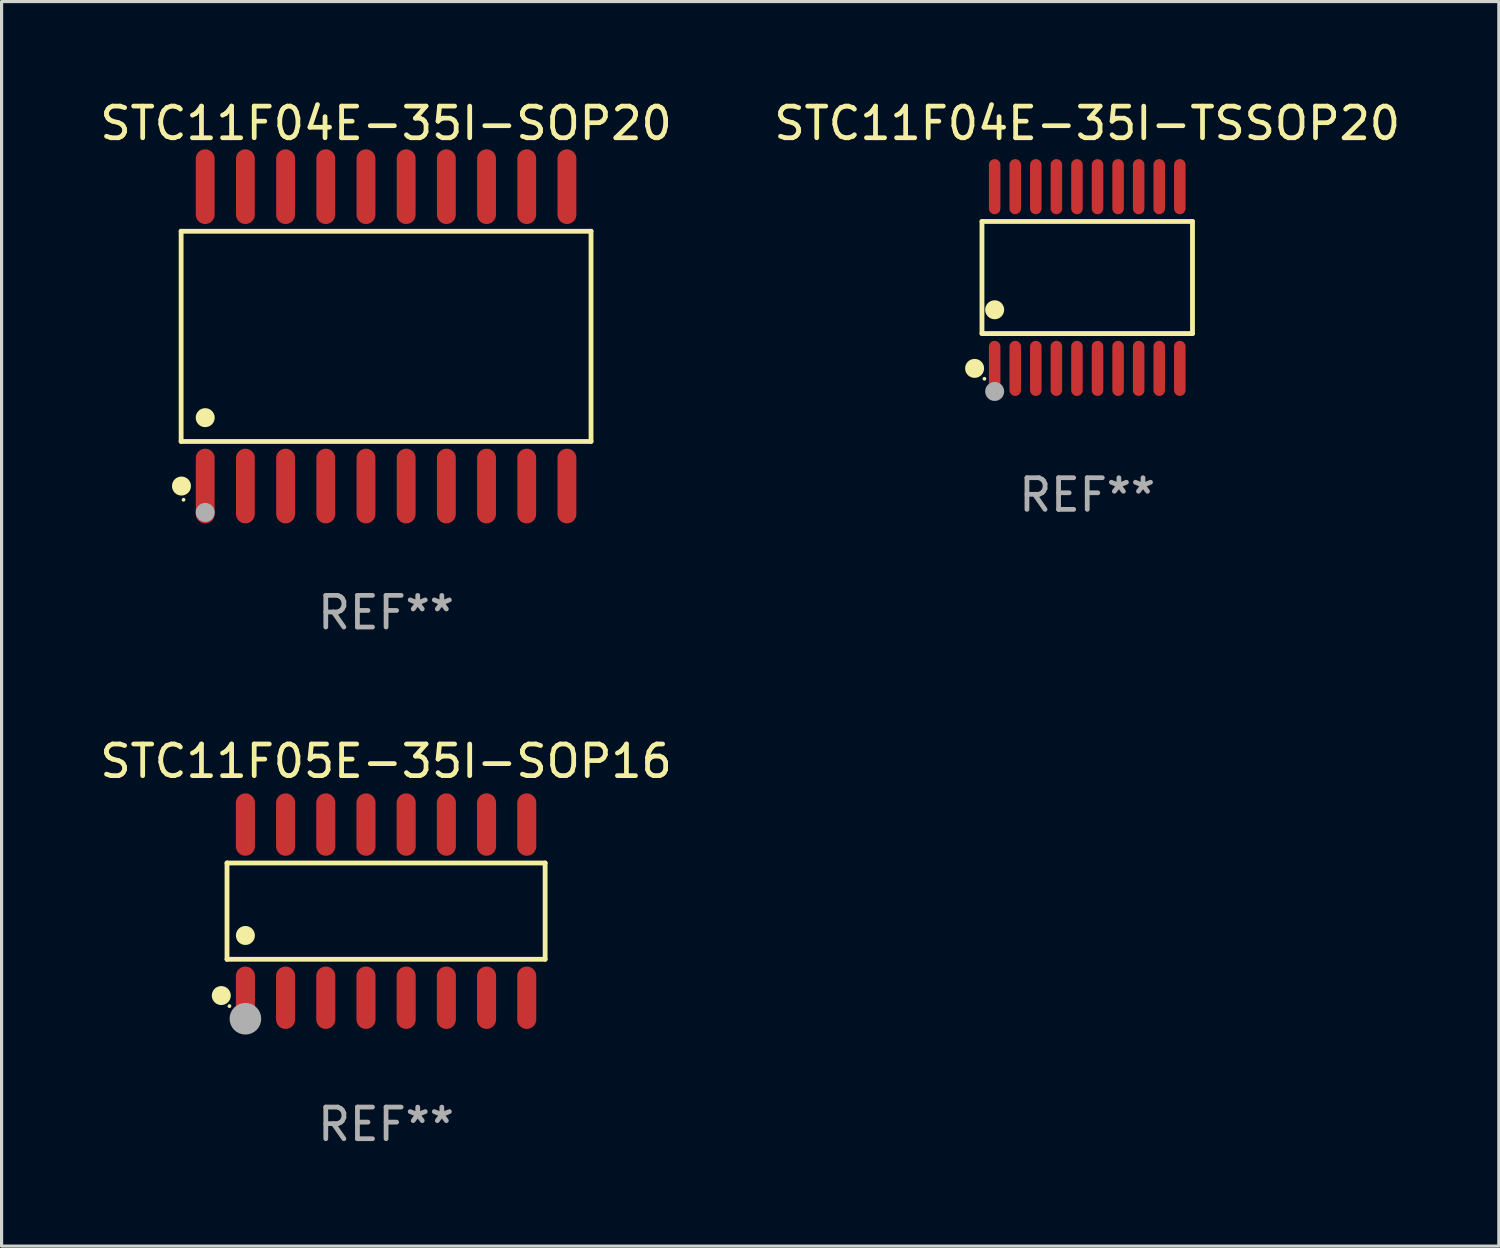
<source format=kicad_pcb>
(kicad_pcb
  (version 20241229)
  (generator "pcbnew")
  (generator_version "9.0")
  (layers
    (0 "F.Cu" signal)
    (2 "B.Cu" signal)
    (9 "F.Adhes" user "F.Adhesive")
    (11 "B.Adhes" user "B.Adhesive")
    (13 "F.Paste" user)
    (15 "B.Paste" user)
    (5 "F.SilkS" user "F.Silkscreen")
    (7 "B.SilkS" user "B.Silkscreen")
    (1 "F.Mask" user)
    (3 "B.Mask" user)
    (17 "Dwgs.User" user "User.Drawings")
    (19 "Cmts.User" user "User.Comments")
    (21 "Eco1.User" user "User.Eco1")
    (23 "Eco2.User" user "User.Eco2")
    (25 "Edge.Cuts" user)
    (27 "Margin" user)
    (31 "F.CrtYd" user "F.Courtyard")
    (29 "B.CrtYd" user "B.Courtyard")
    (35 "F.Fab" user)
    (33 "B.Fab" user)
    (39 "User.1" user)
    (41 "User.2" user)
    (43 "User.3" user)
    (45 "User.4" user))
  (footprint "STC11F05E-35I-SOP16"
    (layer "F.Cu")
    (at 9.149 25.74)
    (property "Reference" "STC11F05E-35I-SOP16" (at 0 -4.736 0) (layer "F.SilkS") (effects (font (size 1 1) (thickness 0.15))))
    (attr through_hole)
    (fp_line (start -5.026 -1.521) (end 5.026 -1.521) (stroke (width 0.152) (type solid)) (layer "F.SilkS"))
    (fp_line (start -5.026 1.521) (end -5.026 -1.521) (stroke (width 0.152) (type solid)) (layer "F.SilkS"))
    (fp_line (start 5.026 -1.521) (end 5.026 1.521) (stroke (width 0.152) (type solid)) (layer "F.SilkS"))
    (fp_line (start 5.026 1.521) (end -5.026 1.521) (stroke (width 0.152) (type solid)) (layer "F.SilkS"))
    (fp_circle (center -5.207 2.667) (end -5.057 2.667) (stroke (width 0.3) (type solid)) (fill no) (layer "F.SilkS"))
    (fp_circle (center -4.95 3) (end -4.92 3) (stroke (width 0.06) (type solid)) (fill no) (layer "F.SilkS"))
    (fp_circle (center -4.445 0.769) (end -4.295 0.769) (stroke (width 0.3) (type solid)) (fill no) (layer "F.SilkS"))
    (fp_circle (center -4.445 3.4) (end -4.195 3.4) (stroke (width 0.5) (type solid)) (fill no) (layer "F.Fab"))
    (fp_text user "REF**" (at 0 6.736 0) (layer "F.Fab") (effects (font (size 1 1) (thickness 0.15))))
    (pad "1" smd oval (at -4.445 2.736) (size 0.602 1.971) (layers "F.Cu" "F.Mask" "F.Paste"))
    (pad "2" smd oval (at -3.175 2.736) (size 0.602 1.971) (layers "F.Cu" "F.Mask" "F.Paste"))
    (pad "3" smd oval (at -1.905 2.736) (size 0.602 1.971) (layers "F.Cu" "F.Mask" "F.Paste"))
    (pad "4" smd oval (at -0.635 2.736) (size 0.602 1.971) (layers "F.Cu" "F.Mask" "F.Paste"))
    (pad "5" smd oval (at 0.635 2.736) (size 0.602 1.971) (layers "F.Cu" "F.Mask" "F.Paste"))
    (pad "6" smd oval (at 1.905 2.736) (size 0.602 1.971) (layers "F.Cu" "F.Mask" "F.Paste"))
    (pad "7" smd oval (at 3.175 2.736) (size 0.602 1.971) (layers "F.Cu" "F.Mask" "F.Paste"))
    (pad "8" smd oval (at 4.445 2.736) (size 0.602 1.971) (layers "F.Cu" "F.Mask" "F.Paste"))
    (pad "9" smd oval (at 4.445 -2.736) (size 0.602 1.971) (layers "F.Cu" "F.Mask" "F.Paste"))
    (pad "10" smd oval (at 3.175 -2.736) (size 0.602 1.971) (layers "F.Cu" "F.Mask" "F.Paste"))
    (pad "11" smd oval (at 1.905 -2.736) (size 0.602 1.971) (layers "F.Cu" "F.Mask" "F.Paste"))
    (pad "12" smd oval (at 0.635 -2.736) (size 0.602 1.971) (layers "F.Cu" "F.Mask" "F.Paste"))
    (pad "13" smd oval (at -0.635 -2.736) (size 0.602 1.971) (layers "F.Cu" "F.Mask" "F.Paste"))
    (pad "14" smd oval (at -1.905 -2.736) (size 0.602 1.971) (layers "F.Cu" "F.Mask" "F.Paste"))
    (pad "15" smd oval (at -3.175 -2.736) (size 0.602 1.971) (layers "F.Cu" "F.Mask" "F.Paste"))
    (pad "16" smd oval (at -4.445 -2.736) (size 0.602 1.971) (layers "F.Cu" "F.Mask" "F.Paste")))
  (footprint "STC11F04E-35I-TSSOP20"
    (layer "F.Cu")
    (at 31.304 5.719)
    (property "Reference" "STC11F04E-35I-TSSOP20" (at 0 -4.871 0) (layer "F.SilkS") (effects (font (size 1 1) (thickness 0.15))))
    (attr through_hole)
    (fp_line (start -3.326 -1.771) (end 3.326 -1.771) (stroke (width 0.152) (type solid)) (layer "F.SilkS"))
    (fp_line (start -3.326 1.771) (end -3.326 -1.771) (stroke (width 0.152) (type solid)) (layer "F.SilkS"))
    (fp_line (start 3.326 -1.771) (end 3.326 1.771) (stroke (width 0.152) (type solid)) (layer "F.SilkS"))
    (fp_line (start 3.326 1.771) (end -3.326 1.771) (stroke (width 0.152) (type solid)) (layer "F.SilkS"))
    (fp_circle (center -3.559 2.871) (end -3.409 2.871) (stroke (width 0.3) (type solid)) (fill no) (layer "F.SilkS"))
    (fp_circle (center -3.25 3.2) (end -3.22 3.2) (stroke (width 0.06) (type solid)) (fill no) (layer "F.SilkS"))
    (fp_circle (center -2.925 1.019) (end -2.775 1.019) (stroke (width 0.3) (type solid)) (fill no) (layer "F.SilkS"))
    (fp_circle (center -2.925 3.6) (end -2.775 3.6) (stroke (width 0.3) (type solid)) (fill no) (layer "F.Fab"))
    (fp_text user "REF**" (at 0 6.871 0) (layer "F.Fab") (effects (font (size 1 1) (thickness 0.15))))
    (pad "1" smd oval (at -2.925 2.871) (size 0.364 1.742) (layers "F.Cu" "F.Mask" "F.Paste"))
    (pad "2" smd oval (at -2.275 2.871) (size 0.364 1.742) (layers "F.Cu" "F.Mask" "F.Paste"))
    (pad "3" smd oval (at -1.625 2.871) (size 0.364 1.742) (layers "F.Cu" "F.Mask" "F.Paste"))
    (pad "4" smd oval (at -0.975 2.871) (size 0.364 1.742) (layers "F.Cu" "F.Mask" "F.Paste"))
    (pad "5" smd oval (at -0.325 2.871) (size 0.364 1.742) (layers "F.Cu" "F.Mask" "F.Paste"))
    (pad "6" smd oval (at 0.325 2.871) (size 0.364 1.742) (layers "F.Cu" "F.Mask" "F.Paste"))
    (pad "7" smd oval (at 0.975 2.871) (size 0.364 1.742) (layers "F.Cu" "F.Mask" "F.Paste"))
    (pad "8" smd oval (at 1.625 2.871) (size 0.364 1.742) (layers "F.Cu" "F.Mask" "F.Paste"))
    (pad "9" smd oval (at 2.275 2.871) (size 0.364 1.742) (layers "F.Cu" "F.Mask" "F.Paste"))
    (pad "10" smd oval (at 2.925 2.871) (size 0.364 1.742) (layers "F.Cu" "F.Mask" "F.Paste"))
    (pad "11" smd oval (at 2.925 -2.871) (size 0.364 1.742) (layers "F.Cu" "F.Mask" "F.Paste"))
    (pad "12" smd oval (at 2.275 -2.871) (size 0.364 1.742) (layers "F.Cu" "F.Mask" "F.Paste"))
    (pad "13" smd oval (at 1.625 -2.871) (size 0.364 1.742) (layers "F.Cu" "F.Mask" "F.Paste"))
    (pad "14" smd oval (at 0.975 -2.871) (size 0.364 1.742) (layers "F.Cu" "F.Mask" "F.Paste"))
    (pad "15" smd oval (at 0.325 -2.871) (size 0.364 1.742) (layers "F.Cu" "F.Mask" "F.Paste"))
    (pad "16" smd oval (at -0.325 -2.871) (size 0.364 1.742) (layers "F.Cu" "F.Mask" "F.Paste"))
    (pad "17" smd oval (at -0.975 -2.871) (size 0.364 1.742) (layers "F.Cu" "F.Mask" "F.Paste"))
    (pad "18" smd oval (at -1.625 -2.871) (size 0.364 1.742) (layers "F.Cu" "F.Mask" "F.Paste"))
    (pad "19" smd oval (at -2.275 -2.871) (size 0.364 1.742) (layers "F.Cu" "F.Mask" "F.Paste"))
    (pad "20" smd oval (at -2.925 -2.871) (size 0.364 1.742) (layers "F.Cu" "F.Mask" "F.Paste")))
  (footprint "STC11F04E-35I-SOP20"
    (layer "F.Cu")
    (at 9.149 7.578)
    (property "Reference" "STC11F04E-35I-SOP20" (at 0 -6.73 0) (layer "F.SilkS") (effects (font (size 1 1) (thickness 0.15))))
    (attr through_hole)
    (fp_line (start -6.476 -3.321) (end 6.476 -3.321) (stroke (width 0.152) (type solid)) (layer "F.SilkS"))
    (fp_line (start -6.476 3.321) (end -6.476 -3.321) (stroke (width 0.152) (type solid)) (layer "F.SilkS"))
    (fp_line (start 6.476 -3.321) (end 6.476 3.321) (stroke (width 0.152) (type solid)) (layer "F.SilkS"))
    (fp_line (start 6.476 3.321) (end -6.476 3.321) (stroke (width 0.152) (type solid)) (layer "F.SilkS"))
    (fp_circle (center -6.465 4.73) (end -6.315 4.73) (stroke (width 0.3) (type solid)) (fill no) (layer "F.SilkS"))
    (fp_circle (center -6.4 5.163) (end -6.37 5.163) (stroke (width 0.06) (type solid)) (fill no) (layer "F.SilkS"))
    (fp_circle (center -5.715 2.569) (end -5.565 2.569) (stroke (width 0.3) (type solid)) (fill no) (layer "F.SilkS"))
    (fp_circle (center -5.715 5.563) (end -5.565 5.563) (stroke (width 0.3) (type solid)) (fill no) (layer "F.Fab"))
    (fp_text user "REF**" (at 0 8.73 0) (layer "F.Fab") (effects (font (size 1 1) (thickness 0.15))))
    (pad "1" smd oval (at -5.715 4.73) (size 0.595 2.36) (layers "F.Cu" "F.Mask" "F.Paste"))
    (pad "2" smd oval (at -4.445 4.73) (size 0.595 2.36) (layers "F.Cu" "F.Mask" "F.Paste"))
    (pad "3" smd oval (at -3.175 4.73) (size 0.595 2.36) (layers "F.Cu" "F.Mask" "F.Paste"))
    (pad "4" smd oval (at -1.905 4.73) (size 0.595 2.36) (layers "F.Cu" "F.Mask" "F.Paste"))
    (pad "5" smd oval (at -0.635 4.73) (size 0.595 2.36) (layers "F.Cu" "F.Mask" "F.Paste"))
    (pad "6" smd oval (at 0.635 4.73) (size 0.595 2.36) (layers "F.Cu" "F.Mask" "F.Paste"))
    (pad "7" smd oval (at 1.905 4.73) (size 0.595 2.36) (layers "F.Cu" "F.Mask" "F.Paste"))
    (pad "8" smd oval (at 3.175 4.73) (size 0.595 2.36) (layers "F.Cu" "F.Mask" "F.Paste"))
    (pad "9" smd oval (at 4.445 4.73) (size 0.595 2.36) (layers "F.Cu" "F.Mask" "F.Paste"))
    (pad "10" smd oval (at 5.715 4.73) (size 0.595 2.36) (layers "F.Cu" "F.Mask" "F.Paste"))
    (pad "11" smd oval (at 5.715 -4.73) (size 0.595 2.36) (layers "F.Cu" "F.Mask" "F.Paste"))
    (pad "12" smd oval (at 4.445 -4.73) (size 0.595 2.36) (layers "F.Cu" "F.Mask" "F.Paste"))
    (pad "13" smd oval (at 3.175 -4.73) (size 0.595 2.36) (layers "F.Cu" "F.Mask" "F.Paste"))
    (pad "14" smd oval (at 1.905 -4.73) (size 0.595 2.36) (layers "F.Cu" "F.Mask" "F.Paste"))
    (pad "15" smd oval (at 0.635 -4.73) (size 0.595 2.36) (layers "F.Cu" "F.Mask" "F.Paste"))
    (pad "16" smd oval (at -0.635 -4.73) (size 0.595 2.36) (layers "F.Cu" "F.Mask" "F.Paste"))
    (pad "17" smd oval (at -1.905 -4.73) (size 0.595 2.36) (layers "F.Cu" "F.Mask" "F.Paste"))
    (pad "18" smd oval (at -3.175 -4.73) (size 0.595 2.36) (layers "F.Cu" "F.Mask" "F.Paste"))
    (pad "19" smd oval (at -4.445 -4.73) (size 0.595 2.36) (layers "F.Cu" "F.Mask" "F.Paste"))
    (pad "20" smd oval (at -5.715 -4.73) (size 0.595 2.36) (layers "F.Cu" "F.Mask" "F.Paste")))
  (gr_rect
    (start -3 -3)
    (end 44.31 36.324)
    (stroke (width 0.1) (type default))
    (fill no)
    (layer "Edge.Cuts")))
</source>
